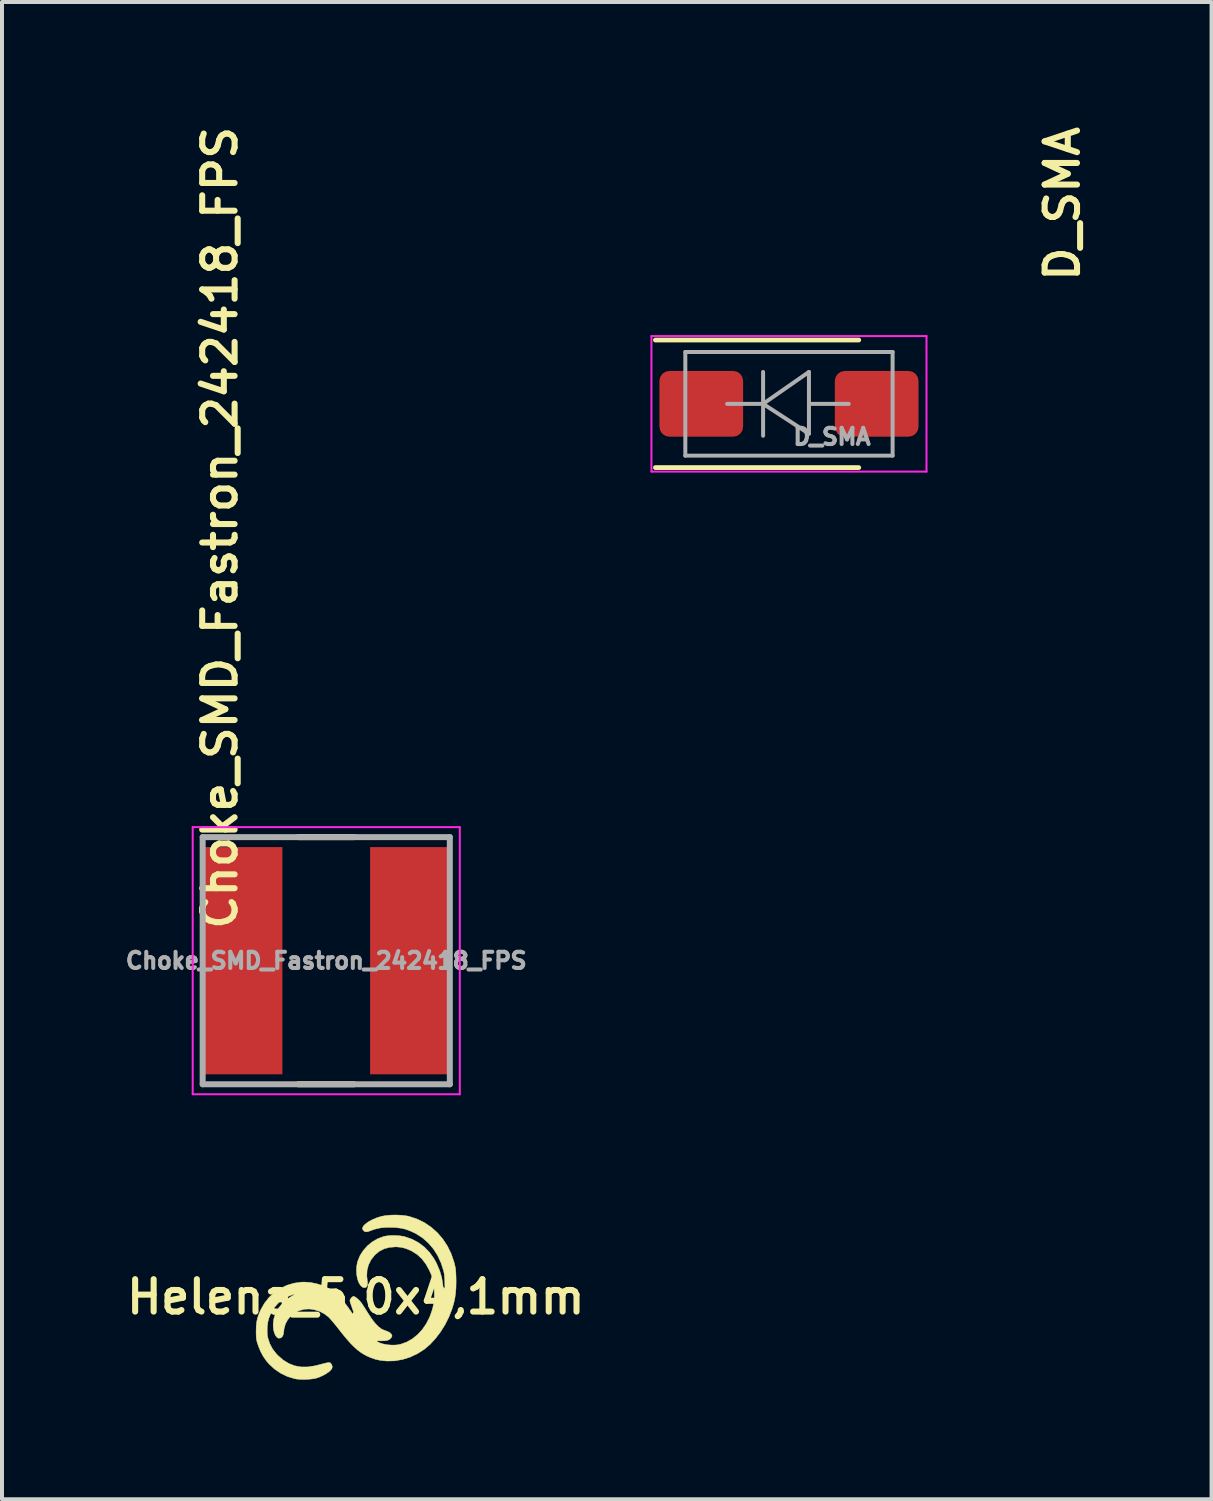
<source format=kicad_pcb>
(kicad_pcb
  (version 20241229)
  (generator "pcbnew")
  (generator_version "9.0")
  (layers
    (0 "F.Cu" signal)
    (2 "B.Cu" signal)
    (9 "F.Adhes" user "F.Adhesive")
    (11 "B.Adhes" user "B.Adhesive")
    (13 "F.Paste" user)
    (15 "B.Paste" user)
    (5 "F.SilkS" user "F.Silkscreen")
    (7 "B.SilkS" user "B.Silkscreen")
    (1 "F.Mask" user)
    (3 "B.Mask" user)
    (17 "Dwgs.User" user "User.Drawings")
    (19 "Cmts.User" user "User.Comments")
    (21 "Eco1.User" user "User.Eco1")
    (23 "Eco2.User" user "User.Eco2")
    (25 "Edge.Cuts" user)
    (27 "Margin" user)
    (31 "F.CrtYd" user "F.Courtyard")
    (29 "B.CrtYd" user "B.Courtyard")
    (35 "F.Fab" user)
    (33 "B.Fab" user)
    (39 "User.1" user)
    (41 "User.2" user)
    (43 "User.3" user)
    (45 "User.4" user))
  (footprint "Choke_SMD_Fastron_242418_FPS"
    (layer "F.Cu")
    (at 5.134 21.05)
    (property "Reference" "Choke_SMD_Fastron_242418_FPS" (at -2.667 -10.858 90) (layer "F.SilkS") (effects (font (size 0.813 0.813) (thickness 0.152))))
    (attr smd)
    (fp_line (start -0.7 3.1) (end 0.7 3.1) (stroke (width 0.15) (type solid)) (layer "F.SilkS"))
    (fp_line (start 0.7 -3.1) (end -0.7 -3.1) (stroke (width 0.15) (type solid)) (layer "F.SilkS"))
    (fp_line (start -3.35 -3.35) (end 3.35 -3.35) (stroke (width 0.05) (type solid)) (layer "F.CrtYd"))
    (fp_line (start -3.35 3.35) (end -3.35 -3.35) (stroke (width 0.05) (type solid)) (layer "F.CrtYd"))
    (fp_line (start 3.35 -3.35) (end 3.35 3.35) (stroke (width 0.05) (type solid)) (layer "F.CrtYd"))
    (fp_line (start 3.35 3.35) (end -3.35 3.35) (stroke (width 0.05) (type solid)) (layer "F.CrtYd"))
    (fp_line (start -3.1 -3.1) (end 3.1 -3.1) (stroke (width 0.15) (type solid)) (layer "F.Fab"))
    (fp_line (start -3.1 3.1) (end -3.1 -3.1) (stroke (width 0.15) (type solid)) (layer "F.Fab"))
    (fp_line (start 3.1 -3.1) (end 3.1 3.1) (stroke (width 0.15) (type solid)) (layer "F.Fab"))
    (fp_line (start 3.1 3.1) (end -3.1 3.1) (stroke (width 0.15) (type solid)) (layer "F.Fab"))
    (fp_text user "${REFERENCE}" (at 0 0 180) (layer "F.Fab") (effects (font (size 0.406 0.406) (thickness 0.102))))
    (pad "1" smd rect (at -2.1 0) (size 2 5.7) (layers "F.Cu" "F.Mask" "F.Paste"))
    (pad "2" smd rect (at 2.1 0) (size 2 5.7) (layers "F.Cu" "F.Mask" "F.Paste")))
  (footprint "Helena_5,0x4,1mm"
    (layer "F.Cu")
    (at 5.876 29.484)
    (property "Reference" "Helena_5,0x4,1mm" (at 0 0 0) (layer "F.SilkS") (effects (font (size 0.813 0.813) (thickness 0.152))))
    (attr through_hole)
    (fp_poly (pts (xy 1.122 -2.05) (xy 1.244 -2.038) (xy 1.334 -2.021) (xy 1.533 -1.955) (xy 1.719 -1.865) (xy 1.889 -1.75) (xy 2.044 -1.613) (xy 2.18 -1.455) (xy 2.296 -1.279) (xy 2.391 -1.086) (xy 2.463 -0.878) (xy 2.498 -0.732) (xy 2.505 -0.679) (xy 2.51 -0.604) (xy 2.514 -0.511) (xy 2.516 -0.41) (xy 2.516 -0.374) (xy 2.513 -0.219) (xy 2.502 -0.084) (xy 2.484 0.04) (xy 2.455 0.165) (xy 2.415 0.298) (xy 2.412 0.308) (xy 2.335 0.504) (xy 2.239 0.696) (xy 2.126 0.877) (xy 1.999 1.044) (xy 1.863 1.191) (xy 1.72 1.313) (xy 1.718 1.314) (xy 1.546 1.424) (xy 1.363 1.51) (xy 1.172 1.57) (xy 0.977 1.604) (xy 0.783 1.609) (xy 0.769 1.608) (xy 0.627 1.594) (xy 0.501 1.568) (xy 0.378 1.526) (xy 0.304 1.494) (xy 0.213 1.448) (xy 0.127 1.394) (xy 0.042 1.331) (xy -0.044 1.254) (xy -0.134 1.163) (xy -0.232 1.052) (xy -0.34 0.921) (xy -0.417 0.823) (xy -0.48 0.743) (xy -0.543 0.666) (xy -0.6 0.598) (xy -0.648 0.543) (xy -0.683 0.506) (xy -0.687 0.502) (xy -0.79 0.424) (xy -0.908 0.363) (xy -1.036 0.322) (xy -1.164 0.303) (xy -1.287 0.309) (xy -1.295 0.31) (xy -1.421 0.345) (xy -1.535 0.403) (xy -1.633 0.481) (xy -1.711 0.576) (xy -1.768 0.684) (xy -1.8 0.802) (xy -1.804 0.844) (xy -1.814 0.924) (xy -1.833 0.98) (xy -1.863 1.016) (xy -1.893 1.032) (xy -1.938 1.036) (xy -1.979 1.013) (xy -2.014 0.97) (xy -2.042 0.908) (xy -2.062 0.832) (xy -2.073 0.747) (xy -2.072 0.655) (xy -2.059 0.562) (xy -2.056 0.547) (xy -2.035 0.476) (xy -2.006 0.401) (xy -1.984 0.353) (xy -1.93 0.27) (xy -1.858 0.183) (xy -1.773 0.101) (xy -1.685 0.029) (xy -1.606 -0.02) (xy -1.56 -0.046) (xy -1.541 -0.061) (xy -1.547 -0.065) (xy -1.576 -0.058) (xy -1.628 -0.04) (xy -1.673 -0.023) (xy -1.81 0.047) (xy -1.933 0.142) (xy -2.038 0.258) (xy -2.123 0.392) (xy -2.183 0.538) (xy -2.207 0.635) (xy -2.22 0.746) (xy -2.224 0.86) (xy -2.217 0.966) (xy -2.205 1.031) (xy -2.157 1.177) (xy -2.087 1.308) (xy -1.991 1.43) (xy -1.951 1.472) (xy -1.819 1.586) (xy -1.68 1.671) (xy -1.533 1.728) (xy -1.377 1.756) (xy -1.211 1.757) (xy -1.034 1.73) (xy -0.977 1.717) (xy -0.874 1.69) (xy -0.796 1.67) (xy -0.739 1.656) (xy -0.699 1.649) (xy -0.672 1.646) (xy -0.655 1.648) (xy -0.642 1.653) (xy -0.635 1.659) (xy -0.601 1.704) (xy -0.59 1.757) (xy -0.598 1.793) (xy -0.628 1.836) (xy -0.681 1.884) (xy -0.751 1.931) (xy -0.833 1.976) (xy -0.92 2.014) (xy -0.994 2.039) (xy -1.078 2.055) (xy -1.179 2.066) (xy -1.289 2.071) (xy -1.396 2.069) (xy -1.49 2.06) (xy -1.531 2.053) (xy -1.713 1.998) (xy -1.883 1.916) (xy -2.039 1.81) (xy -2.177 1.683) (xy -2.248 1.599) (xy -2.325 1.488) (xy -2.387 1.373) (xy -2.441 1.243) (xy -2.452 1.21) (xy -2.472 1.149) (xy -2.486 1.1) (xy -2.494 1.052) (xy -2.499 0.999) (xy -2.501 0.93) (xy -2.502 0.867) (xy -2.499 0.743) (xy -2.489 0.639) (xy -2.47 0.545) (xy -2.44 0.45) (xy -2.395 0.346) (xy -2.384 0.321) (xy -2.291 0.157) (xy -2.176 0.012) (xy -2.042 -0.113) (xy -1.891 -0.215) (xy -1.726 -0.293) (xy -1.55 -0.345) (xy -1.364 -0.371) (xy -1.286 -0.373) (xy -1.139 -0.362) (xy -0.986 -0.332) (xy -0.839 -0.286) (xy -0.763 -0.254) (xy -0.667 -0.204) (xy -0.58 -0.15) (xy -0.5 -0.088) (xy -0.421 -0.015) (xy -0.341 0.073) (xy -0.257 0.178) (xy -0.164 0.305) (xy -0.107 0.387) (xy -0.067 0.445) (xy -0.033 0.492) (xy -0.01 0.523) (xy -0.000175 0.535) (xy 0 0.535) (xy -0.005 0.519) (xy -0.019 0.48) (xy -0.039 0.423) (xy -0.064 0.355) (xy -0.075 0.327) (xy -0.101 0.252) (xy -0.124 0.185) (xy -0.141 0.132) (xy -0.149 0.098) (xy -0.149 0.093) (xy -0.139 0.06) (xy -0.114 0.024) (xy -0.084 -0.004) (xy -0.058 -0.015) (xy -0.026 -0.004) (xy 0.018 0.025) (xy 0.066 0.067) (xy 0.113 0.116) (xy 0.132 0.14) (xy 0.161 0.181) (xy 0.2 0.241) (xy 0.246 0.312) (xy 0.293 0.387) (xy 0.308 0.411) (xy 0.4 0.551) (xy 0.488 0.665) (xy 0.571 0.75) (xy 0.65 0.808) (xy 0.695 0.828) (xy 0.77 0.856) (xy 0.823 0.879) (xy 0.858 0.9) (xy 0.882 0.922) (xy 0.891 0.935) (xy 0.908 0.966) (xy 0.906 0.991) (xy 0.896 1.012) (xy 0.859 1.056) (xy 0.808 1.085) (xy 0.737 1.1) (xy 0.642 1.103) (xy 0.638 1.103) (xy 0.576 1.101) (xy 0.54 1.102) (xy 0.526 1.107) (xy 0.53 1.114) (xy 0.533 1.117) (xy 0.602 1.154) (xy 0.693 1.182) (xy 0.797 1.201) (xy 0.907 1.209) (xy 1.015 1.206) (xy 1.114 1.19) (xy 1.121 1.188) (xy 1.275 1.133) (xy 1.419 1.051) (xy 1.55 0.946) (xy 1.668 0.818) (xy 1.769 0.67) (xy 1.853 0.505) (xy 1.917 0.325) (xy 1.946 0.209) (xy 1.946 0.209) (xy 2.166 0.209) (xy 2.172 0.221) (xy 2.176 0.219) (xy 2.178 0.201) (xy 2.176 0.199) (xy 2.168 0.201) (xy 2.166 0.209) (xy 1.946 0.209) (xy 1.959 0.138) (xy 1.967 0.072) (xy 1.97 0.001) (xy 1.969 -0.085) (xy 1.968 -0.134) (xy 1.96 -0.26) (xy 1.947 -0.365) (xy 1.926 -0.46) (xy 1.895 -0.553) (xy 1.851 -0.654) (xy 1.846 -0.665) (xy 1.759 -0.822) (xy 1.658 -0.954) (xy 1.542 -1.062) (xy 1.408 -1.147) (xy 1.368 -1.167) (xy 1.254 -1.214) (xy 1.147 -1.242) (xy 1.037 -1.254) (xy 0.994 -1.255) (xy 0.843 -1.243) (xy 0.708 -1.206) (xy 0.588 -1.144) (xy 0.482 -1.056) (xy 0.472 -1.046) (xy 0.382 -0.931) (xy 0.319 -0.804) (xy 0.283 -0.668) (xy 0.276 -0.525) (xy 0.284 -0.448) (xy 0.294 -0.365) (xy 0.293 -0.306) (xy 0.281 -0.267) (xy 0.257 -0.242) (xy 0.247 -0.237) (xy 0.216 -0.229) (xy 0.182 -0.238) (xy 0.163 -0.248) (xy 0.114 -0.293) (xy 0.073 -0.361) (xy 0.043 -0.447) (xy 0.023 -0.546) (xy 0.015 -0.652) (xy 0.02 -0.76) (xy 0.039 -0.865) (xy 0.046 -0.891) (xy 0.104 -1.034) (xy 0.188 -1.166) (xy 0.293 -1.283) (xy 0.415 -1.383) (xy 0.551 -1.461) (xy 0.696 -1.515) (xy 0.74 -1.525) (xy 0.841 -1.539) (xy 0.958 -1.542) (xy 1.078 -1.536) (xy 1.189 -1.52) (xy 1.228 -1.511) (xy 1.408 -1.449) (xy 1.572 -1.362) (xy 1.72 -1.25) (xy 1.851 -1.115) (xy 1.963 -0.956) (xy 2.025 -0.844) (xy 2.102 -0.663) (xy 2.156 -0.48) (xy 2.186 -0.291) (xy 2.195 -0.088) (xy 2.193 -0.002) (xy 2.186 0.172) (xy 2.208 0.09) (xy 2.219 0.028) (xy 2.228 -0.056) (xy 2.232 -0.156) (xy 2.234 -0.264) (xy 2.232 -0.373) (xy 2.227 -0.476) (xy 2.219 -0.566) (xy 2.207 -0.635) (xy 2.205 -0.642) (xy 2.14 -0.848) (xy 2.053 -1.036) (xy 1.945 -1.206) (xy 1.817 -1.355) (xy 1.671 -1.483) (xy 1.508 -1.587) (xy 1.472 -1.605) (xy 1.352 -1.66) (xy 1.241 -1.699) (xy 1.129 -1.724) (xy 1.005 -1.739) (xy 0.919 -1.744) (xy 0.758 -1.744) (xy 0.617 -1.731) (xy 0.488 -1.702) (xy 0.385 -1.667) (xy 0.319 -1.642) (xy 0.272 -1.631) (xy 0.238 -1.634) (xy 0.209 -1.649) (xy 0.197 -1.659) (xy 0.17 -1.697) (xy 0.168 -1.736) (xy 0.193 -1.781) (xy 0.233 -1.822) (xy 0.309 -1.88) (xy 0.409 -1.935) (xy 0.524 -1.984) (xy 0.635 -2.019) (xy 0.737 -2.039) (xy 0.859 -2.051) (xy 0.99 -2.055) (xy 1.122 -2.05)) (stroke (width 0.01) (type solid)) (fill yes) (layer "F.SilkS")))
  (footprint "D_SMA"
    (layer "F.Cu")
    (at 16.742 7.08)
    (property "Reference" "D_SMA" (at 6.858 -5.016 270) (layer "F.SilkS") (effects (font (size 0.813 0.813) (thickness 0.152))))
    (attr smd)
    (fp_line (start -3.35 1.6) (end 1.75 1.6) (stroke (width 0.12) (type solid)) (layer "F.SilkS"))
    (fp_line (start 1.75 -1.6) (end -3.35 -1.6) (stroke (width 0.12) (type solid)) (layer "F.SilkS"))
    (fp_line (start -3.45 -1.7) (end 3.45 -1.7) (stroke (width 0.05) (type solid)) (layer "F.CrtYd"))
    (fp_line (start -3.45 1.7) (end -3.45 -1.7) (stroke (width 0.05) (type solid)) (layer "F.CrtYd"))
    (fp_line (start 3.45 -1.7) (end 3.45 1.7) (stroke (width 0.05) (type solid)) (layer "F.CrtYd"))
    (fp_line (start 3.45 1.7) (end -3.45 1.7) (stroke (width 0.05) (type solid)) (layer "F.CrtYd"))
    (fp_line (start -2.6 1.3) (end -2.6 -1.3) (stroke (width 0.1) (type solid)) (layer "F.Fab"))
    (fp_line (start -0.649 -0.799) (end -0.649 0.801) (stroke (width 0.1) (type solid)) (layer "F.Fab"))
    (fp_line (start -0.649 0.001) (end -1.551 0.001) (stroke (width 0.1) (type solid)) (layer "F.Fab"))
    (fp_line (start -0.649 0.001) (end 0.501 -0.799) (stroke (width 0.1) (type solid)) (layer "F.Fab"))
    (fp_line (start -0.649 0.001) (end 0.501 0.75) (stroke (width 0.1) (type solid)) (layer "F.Fab"))
    (fp_line (start 0.501 0.001) (end 1.499 0.001) (stroke (width 0.1) (type solid)) (layer "F.Fab"))
    (fp_line (start 0.501 0.75) (end 0.501 -0.799) (stroke (width 0.1) (type solid)) (layer "F.Fab"))
    (fp_line (start 2.6 -1.3) (end -2.6 -1.3) (stroke (width 0.1) (type solid)) (layer "F.Fab"))
    (fp_line (start 2.6 1.3) (end -2.6 1.3) (stroke (width 0.1) (type solid)) (layer "F.Fab"))
    (fp_line (start 2.6 1.3) (end 2.6 -1.3) (stroke (width 0.1) (type solid)) (layer "F.Fab"))
    (fp_text user "${REFERENCE}" (at 1.079 0.826 180) (layer "F.Fab") (effects (font (size 0.406 0.406) (thickness 0.102))))
    (pad "1" smd roundrect (at -2.2 0) (size 2.1 1.65) (layers "F.Cu" "F.Mask" "F.Paste") (roundrect_rratio 0.152))
    (pad "2" smd roundrect (at 2.2 0) (size 2.1 1.65) (layers "F.Cu" "F.Mask" "F.Paste") (roundrect_rratio 0.152)))
  (gr_rect
    (start -3 -3)
    (end 27.343 34.56)
    (stroke (width 0.1) (type default))
    (fill no)
    (layer "Edge.Cuts")))
</source>
